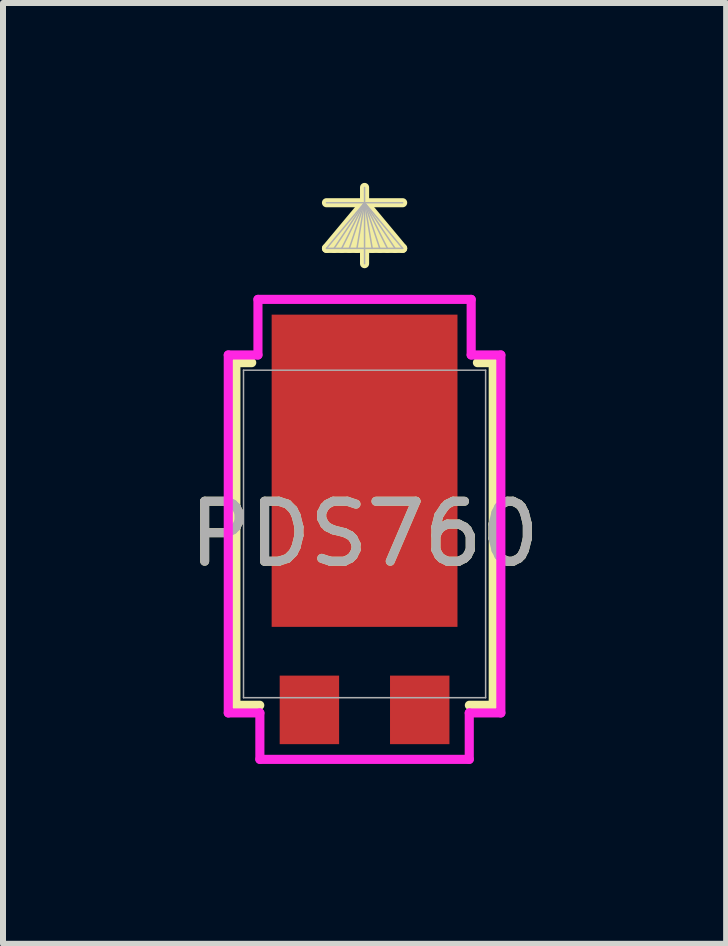
<source format=kicad_pcb>
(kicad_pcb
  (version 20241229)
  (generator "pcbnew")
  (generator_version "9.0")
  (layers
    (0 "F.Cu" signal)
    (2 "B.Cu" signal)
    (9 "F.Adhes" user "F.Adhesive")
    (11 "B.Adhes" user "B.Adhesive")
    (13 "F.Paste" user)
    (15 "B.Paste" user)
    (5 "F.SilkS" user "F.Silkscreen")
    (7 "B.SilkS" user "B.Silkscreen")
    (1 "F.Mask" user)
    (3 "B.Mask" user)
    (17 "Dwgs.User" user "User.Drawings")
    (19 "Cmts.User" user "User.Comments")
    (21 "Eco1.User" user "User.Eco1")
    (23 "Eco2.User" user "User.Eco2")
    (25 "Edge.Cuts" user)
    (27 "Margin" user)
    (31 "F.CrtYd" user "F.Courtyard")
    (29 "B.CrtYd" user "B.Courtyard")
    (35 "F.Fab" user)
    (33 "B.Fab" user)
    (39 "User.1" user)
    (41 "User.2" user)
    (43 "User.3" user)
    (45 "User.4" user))
  (footprint "PDS760"
    (layer "F.Cu")
    (at 3.03 5.855)
    (property "Reference" "PDS760" (at 0 0 0) (unlocked yes) (layer "F.SilkS") (effects (font (size 1 1) (thickness 0.15))))
    (attr smd)
    (fp_line (start -2.146 -2.857) (end -2.146 2.857) (stroke (width 0.152) (type solid)) (layer "F.SilkS"))
    (fp_line (start -2.146 2.857) (end -1.748 2.857) (stroke (width 0.152) (type solid)) (layer "F.SilkS"))
    (fp_line (start -1.882 -2.857) (end -2.146 -2.857) (stroke (width 0.152) (type solid)) (layer "F.SilkS"))
    (fp_line (start 0 -5.524) (end -0.635 -4.763) (stroke (width 0.152) (type solid)) (layer "F.SilkS"))
    (fp_line (start 0 -5.524) (end -0.508 -4.763) (stroke (width 0.152) (type solid)) (layer "F.SilkS"))
    (fp_line (start 0 -5.524) (end -0.381 -4.763) (stroke (width 0.152) (type solid)) (layer "F.SilkS"))
    (fp_line (start 0 -5.524) (end -0.254 -4.763) (stroke (width 0.152) (type solid)) (layer "F.SilkS"))
    (fp_line (start 0 -5.524) (end -0.127 -4.763) (stroke (width 0.152) (type solid)) (layer "F.SilkS"))
    (fp_line (start 0 -5.524) (end 0.127 -4.763) (stroke (width 0.152) (type solid)) (layer "F.SilkS"))
    (fp_line (start 0 -5.524) (end 0.254 -4.763) (stroke (width 0.152) (type solid)) (layer "F.SilkS"))
    (fp_line (start 0 -5.524) (end 0.381 -4.763) (stroke (width 0.152) (type solid)) (layer "F.SilkS"))
    (fp_line (start 0 -5.524) (end 0.508 -4.763) (stroke (width 0.152) (type solid)) (layer "F.SilkS"))
    (fp_line (start 0 -5.524) (end 0.635 -4.763) (stroke (width 0.152) (type solid)) (layer "F.SilkS"))
    (fp_line (start 0 -4.508) (end 0 -5.779) (stroke (width 0.152) (type solid)) (layer "F.SilkS"))
    (fp_line (start 0.635 -5.524) (end -0.635 -5.524) (stroke (width 0.152) (type solid)) (layer "F.SilkS"))
    (fp_line (start 0.635 -4.763) (end -0.635 -4.763) (stroke (width 0.152) (type solid)) (layer "F.SilkS"))
    (fp_line (start 1.748 2.857) (end 2.146 2.857) (stroke (width 0.152) (type solid)) (layer "F.SilkS"))
    (fp_line (start 2.146 -2.857) (end 1.882 -2.857) (stroke (width 0.152) (type solid)) (layer "F.SilkS"))
    (fp_line (start 2.146 2.857) (end 2.146 -2.857) (stroke (width 0.152) (type solid)) (layer "F.SilkS"))
    (fp_line (start -2.273 -2.985) (end -1.778 -2.985) (stroke (width 0.152) (type solid)) (layer "F.CrtYd"))
    (fp_line (start -2.273 2.985) (end -2.273 -2.985) (stroke (width 0.152) (type solid)) (layer "F.CrtYd"))
    (fp_line (start -1.778 -3.912) (end -1.778 -2.985) (stroke (width 0.152) (type solid)) (layer "F.CrtYd"))
    (fp_line (start -1.778 -3.912) (end 1.778 -3.912) (stroke (width 0.152) (type solid)) (layer "F.CrtYd"))
    (fp_line (start -1.746 2.985) (end -2.273 2.985) (stroke (width 0.152) (type solid)) (layer "F.CrtYd"))
    (fp_line (start -1.746 2.985) (end -1.746 3.759) (stroke (width 0.152) (type solid)) (layer "F.CrtYd"))
    (fp_line (start -1.746 3.759) (end 1.746 3.759) (stroke (width 0.152) (type solid)) (layer "F.CrtYd"))
    (fp_line (start 1.746 2.985) (end 1.746 3.759) (stroke (width 0.152) (type solid)) (layer "F.CrtYd"))
    (fp_line (start 1.778 -3.912) (end 1.778 -2.985) (stroke (width 0.152) (type solid)) (layer "F.CrtYd"))
    (fp_line (start 2.273 -2.985) (end 1.778 -2.985) (stroke (width 0.152) (type solid)) (layer "F.CrtYd"))
    (fp_line (start 2.273 -2.985) (end 2.273 2.985) (stroke (width 0.152) (type solid)) (layer "F.CrtYd"))
    (fp_line (start 2.273 2.985) (end 1.746 2.985) (stroke (width 0.152) (type solid)) (layer "F.CrtYd"))
    (fp_line (start -2.019 -2.731) (end -2.019 2.731) (stroke (width 0.025) (type solid)) (layer "F.Fab"))
    (fp_line (start -2.019 2.731) (end 2.019 2.731) (stroke (width 0.025) (type solid)) (layer "F.Fab"))
    (fp_line (start 0 -5.524) (end -0.635 -4.763) (stroke (width 0.025) (type solid)) (layer "F.Fab"))
    (fp_line (start 0 -5.524) (end -0.508 -4.763) (stroke (width 0.025) (type solid)) (layer "F.Fab"))
    (fp_line (start 0 -5.524) (end -0.381 -4.763) (stroke (width 0.025) (type solid)) (layer "F.Fab"))
    (fp_line (start 0 -5.524) (end -0.254 -4.763) (stroke (width 0.025) (type solid)) (layer "F.Fab"))
    (fp_line (start 0 -5.524) (end -0.127 -4.763) (stroke (width 0.025) (type solid)) (layer "F.Fab"))
    (fp_line (start 0 -5.524) (end 0.127 -4.763) (stroke (width 0.025) (type solid)) (layer "F.Fab"))
    (fp_line (start 0 -5.524) (end 0.254 -4.763) (stroke (width 0.025) (type solid)) (layer "F.Fab"))
    (fp_line (start 0 -5.524) (end 0.381 -4.763) (stroke (width 0.025) (type solid)) (layer "F.Fab"))
    (fp_line (start 0 -5.524) (end 0.508 -4.763) (stroke (width 0.025) (type solid)) (layer "F.Fab"))
    (fp_line (start 0 -5.524) (end 0.635 -4.763) (stroke (width 0.025) (type solid)) (layer "F.Fab"))
    (fp_line (start 0 -4.508) (end 0 -5.779) (stroke (width 0.025) (type solid)) (layer "F.Fab"))
    (fp_line (start 0.635 -5.524) (end -0.635 -5.524) (stroke (width 0.025) (type solid)) (layer "F.Fab"))
    (fp_line (start 0.635 -4.763) (end -0.635 -4.763) (stroke (width 0.025) (type solid)) (layer "F.Fab"))
    (fp_line (start 2.019 -2.731) (end -2.019 -2.731) (stroke (width 0.025) (type solid)) (layer "F.Fab"))
    (fp_line (start 2.019 2.731) (end 2.019 -2.731) (stroke (width 0.025) (type solid)) (layer "F.Fab"))
    (fp_text user "${REFERENCE}" (at 0 0 0) (unlocked yes) (layer "F.Fab") (effects (font (size 1 1) (thickness 0.15))))
    (pad "1" smd rect (at 0 -1.054 90) (size 5.207 3.099) (layers "F.Cu" "F.Mask" "F.Paste"))
    (pad "2" smd rect (at -0.92 2.934 90) (size 1.143 0.991) (layers "F.Cu" "F.Mask" "F.Paste"))
    (pad "3" smd rect (at 0.92 2.934 90) (size 1.143 0.991) (layers "F.Cu" "F.Mask" "F.Paste")))
  (gr_rect
    (start -3 -3)
    (end 9.06 12.69)
    (stroke (width 0.1) (type default))
    (fill no)
    (layer "Edge.Cuts")))
</source>
